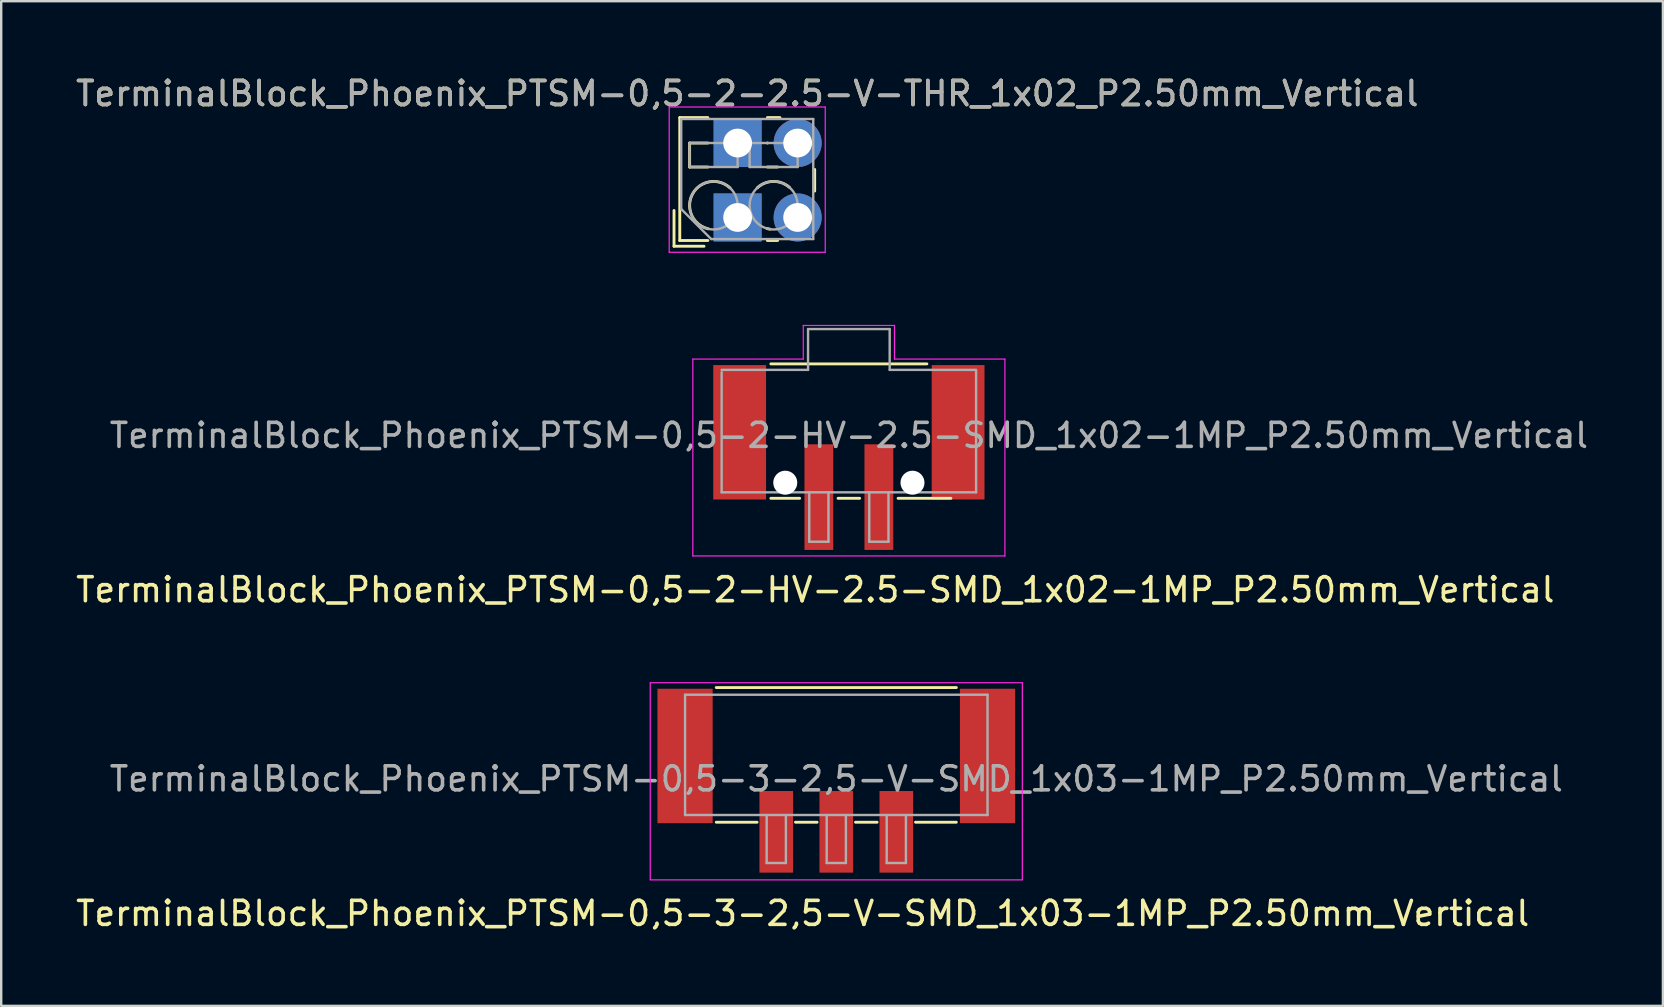
<source format=kicad_pcb>
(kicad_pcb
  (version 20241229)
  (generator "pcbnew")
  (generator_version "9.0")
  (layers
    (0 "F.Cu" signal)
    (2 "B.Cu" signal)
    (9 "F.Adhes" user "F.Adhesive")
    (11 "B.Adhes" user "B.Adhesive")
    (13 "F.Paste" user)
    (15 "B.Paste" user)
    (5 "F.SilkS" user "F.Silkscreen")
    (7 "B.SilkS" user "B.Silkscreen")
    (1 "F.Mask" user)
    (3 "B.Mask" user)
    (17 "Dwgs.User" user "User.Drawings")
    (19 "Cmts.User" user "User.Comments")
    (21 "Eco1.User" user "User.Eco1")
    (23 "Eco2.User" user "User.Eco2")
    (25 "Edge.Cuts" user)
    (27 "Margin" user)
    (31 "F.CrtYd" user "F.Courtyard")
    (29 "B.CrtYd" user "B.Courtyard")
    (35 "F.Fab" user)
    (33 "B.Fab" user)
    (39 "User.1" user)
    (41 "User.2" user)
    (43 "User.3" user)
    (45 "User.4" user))
  (footprint "TerminalBlock_Phoenix_PTSM-0,5-3-2,5-V-SMD_1x03-1MP_P2.50mm_Vertical"
    (layer "F.Cu")
    (at 31.787 29.471)
    (property "Reference" "TerminalBlock_Phoenix_PTSM-0,5-3-2,5-V-SMD_1x03-1MP_P2.50mm_Vertical" (at -1.4 5.53 0) (layer "F.SilkS") (effects (font (size 1 1) (thickness 0.15))))
    (attr smd)
    (fp_line (start -5 -3.88) (end 5 -3.88) (stroke (width 0.12) (type solid)) (layer "F.SilkS"))
    (fp_line (start -3.3 1.73) (end -5 1.73) (stroke (width 0.12) (type solid)) (layer "F.SilkS"))
    (fp_line (start -0.8 1.73) (end -1.7 1.73) (stroke (width 0.12) (type solid)) (layer "F.SilkS"))
    (fp_line (start 1.7 1.73) (end 0.8 1.73) (stroke (width 0.12) (type solid)) (layer "F.SilkS"))
    (fp_line (start 5 1.73) (end 3.3 1.73) (stroke (width 0.12) (type solid)) (layer "F.SilkS"))
    (fp_line (start -7.75 -4.08) (end 7.75 -4.08) (stroke (width 0.05) (type solid)) (layer "F.CrtYd"))
    (fp_line (start -7.75 4.13) (end -7.75 -4.08) (stroke (width 0.05) (type solid)) (layer "F.CrtYd"))
    (fp_line (start 7.75 -4.08) (end 7.75 4.13) (stroke (width 0.05) (type solid)) (layer "F.CrtYd"))
    (fp_line (start 7.75 4.13) (end -7.75 4.13) (stroke (width 0.05) (type solid)) (layer "F.CrtYd"))
    (fp_line (start -6.3 -3.58) (end 6.3 -3.58) (stroke (width 0.1) (type solid)) (layer "F.Fab"))
    (fp_line (start -6.3 1.43) (end -6.3 -3.58) (stroke (width 0.1) (type solid)) (layer "F.Fab"))
    (fp_line (start -2.9 1.43) (end -2.9 3.43) (stroke (width 0.1) (type solid)) (layer "F.Fab"))
    (fp_line (start -2.9 3.43) (end -2.1 3.43) (stroke (width 0.1) (type solid)) (layer "F.Fab"))
    (fp_line (start -2.1 1.43) (end -2.1 3.43) (stroke (width 0.1) (type solid)) (layer "F.Fab"))
    (fp_line (start -0.4 1.43) (end -0.4 3.43) (stroke (width 0.1) (type solid)) (layer "F.Fab"))
    (fp_line (start -0.4 3.43) (end 0.4 3.43) (stroke (width 0.1) (type solid)) (layer "F.Fab"))
    (fp_line (start 0.4 1.43) (end 0.4 3.43) (stroke (width 0.1) (type solid)) (layer "F.Fab"))
    (fp_line (start 2.1 1.43) (end 2.1 3.43) (stroke (width 0.1) (type solid)) (layer "F.Fab"))
    (fp_line (start 2.1 3.43) (end 2.9 3.43) (stroke (width 0.1) (type solid)) (layer "F.Fab"))
    (fp_line (start 2.9 1.43) (end 2.9 3.43) (stroke (width 0.1) (type solid)) (layer "F.Fab"))
    (fp_line (start 6.3 1.43) (end -6.3 1.43) (stroke (width 0.1) (type solid)) (layer "F.Fab"))
    (fp_line (start 6.3 1.43) (end 6.3 -3.58) (stroke (width 0.1) (type solid)) (layer "F.Fab"))
    (fp_text user "${REFERENCE}" (at 0 -0.075 0) (layer "F.Fab") (effects (font (size 1 1) (thickness 0.15))))
    (pad "1" smd rect (at -2.5 2.13 180) (size 1.4 3.4) (layers "F.Cu" "F.Mask" "F.Paste"))
    (pad "2" smd rect (at 0 2.13 180) (size 1.4 3.4) (layers "F.Cu" "F.Mask" "F.Paste"))
    (pad "3" smd rect (at 2.5 2.13 180) (size 1.4 3.4) (layers "F.Cu" "F.Mask" "F.Paste"))
    (pad "MP" smd rect (at -6.3 -1.03 180) (size 2.3 5.6) (layers "F.Cu" "F.Mask" "F.Paste"))
    (pad "MP" smd rect (at 6.3 -1.03 180) (size 2.3 5.6) (layers "F.Cu" "F.Mask" "F.Paste")))
  (footprint "TerminalBlock_Phoenix_PTSM-0,5-2-2.5-V-THR_1x02_P2.50mm_Vertical"
    (layer "F.Cu")
    (at 27.677 6.008)
    (property "Reference" "TerminalBlock_Phoenix_PTSM-0,5-2-2.5-V-THR_1x02_P2.50mm_Vertical" (at 0.4 -5.16 0) (layer "F.SilkS") (effects (font (size 1 1) (thickness 0.15))))
    (attr through_hole)
    (fp_line (start -2.65 -0.29) (end -2.65 1.2) (stroke (width 0.12) (type solid)) (layer "F.SilkS"))
    (fp_line (start -2.65 1.2) (end -1.4 1.2) (stroke (width 0.12) (type solid)) (layer "F.SilkS"))
    (fp_line (start -2.41 -4.16) (end -2.41 0.961) (stroke (width 0.12) (type solid)) (layer "F.SilkS"))
    (fp_line (start -2.41 -4.16) (end -1.24 -4.16) (stroke (width 0.12) (type solid)) (layer "F.SilkS"))
    (fp_line (start -2.41 0.961) (end -1.24 0.961) (stroke (width 0.12) (type solid)) (layer "F.SilkS"))
    (fp_line (start -2 -3.1) (end -2 -2.1) (stroke (width 0.12) (type solid)) (layer "F.SilkS"))
    (fp_line (start -2 -3.1) (end -1.24 -3.1) (stroke (width 0.12) (type solid)) (layer "F.SilkS"))
    (fp_line (start -2 -2.1) (end -1.24 -2.1) (stroke (width 0.12) (type solid)) (layer "F.SilkS"))
    (fp_line (start 1.24 -4.16) (end 1.763 -4.16) (stroke (width 0.12) (type solid)) (layer "F.SilkS"))
    (fp_line (start 1.24 -3.1) (end 1.245 -3.1) (stroke (width 0.12) (type solid)) (layer "F.SilkS"))
    (fp_line (start 1.24 -2.1) (end 1.665 -2.1) (stroke (width 0.12) (type solid)) (layer "F.SilkS"))
    (fp_line (start 1.24 0.961) (end 1.665 0.961) (stroke (width 0.12) (type solid)) (layer "F.SilkS"))
    (fp_line (start 3.21 -2) (end 3.21 -1.1) (stroke (width 0.12) (type solid)) (layer "F.SilkS"))
    (fp_arc (start -1.224629 0.474931) (mid -1.883573 -0.969306) (end -0.318 -1.232) (stroke (width 0.12) (type solid)) (layer "F.SilkS"))
    (fp_arc (start 0.817811 -1.23232) (mid 1.483053 -1.500693) (end 2.157 -1.255) (stroke (width 0.12) (type solid)) (layer "F.SilkS"))
    (fp_arc (start 1.344288 0.488343) (mid 1.284242 0.476994) (end 1.225 0.462) (stroke (width 0.12) (type solid)) (layer "F.SilkS"))
    (fp_line (start -2.85 -4.6) (end -2.85 1.45) (stroke (width 0.05) (type solid)) (layer "F.CrtYd"))
    (fp_line (start -2.85 1.45) (end 3.65 1.45) (stroke (width 0.05) (type solid)) (layer "F.CrtYd"))
    (fp_line (start 3.65 -4.6) (end -2.85 -4.6) (stroke (width 0.05) (type solid)) (layer "F.CrtYd"))
    (fp_line (start 3.65 1.45) (end 3.65 -4.6) (stroke (width 0.05) (type solid)) (layer "F.CrtYd"))
    (fp_line (start -2.35 -4.1) (end 3.15 -4.1) (stroke (width 0.1) (type solid)) (layer "F.Fab"))
    (fp_line (start -2.35 -0.35) (end -2.35 -4.1) (stroke (width 0.1) (type solid)) (layer "F.Fab"))
    (fp_line (start -2 -3.1) (end -2 -2.1) (stroke (width 0.1) (type solid)) (layer "F.Fab"))
    (fp_line (start -2 -2.1) (end 0 -2.1) (stroke (width 0.1) (type solid)) (layer "F.Fab"))
    (fp_line (start -1.1 0.9) (end -2.35 -0.35) (stroke (width 0.1) (type solid)) (layer "F.Fab"))
    (fp_line (start 0 -3.1) (end -2 -3.1) (stroke (width 0.1) (type solid)) (layer "F.Fab"))
    (fp_line (start 0 -2.1) (end 0 -3.1) (stroke (width 0.1) (type solid)) (layer "F.Fab"))
    (fp_line (start 0.5 -3.1) (end 0.5 -2.1) (stroke (width 0.1) (type solid)) (layer "F.Fab"))
    (fp_line (start 0.5 -2.1) (end 2.5 -2.1) (stroke (width 0.1) (type solid)) (layer "F.Fab"))
    (fp_line (start 2.5 -3.1) (end 0.5 -3.1) (stroke (width 0.1) (type solid)) (layer "F.Fab"))
    (fp_line (start 2.5 -2.1) (end 2.5 -3.1) (stroke (width 0.1) (type solid)) (layer "F.Fab"))
    (fp_line (start 3.15 -4.1) (end 3.15 0.9) (stroke (width 0.1) (type solid)) (layer "F.Fab"))
    (fp_line (start 3.15 0.9) (end -1.1 0.9) (stroke (width 0.1) (type solid)) (layer "F.Fab"))
    (fp_circle (center -1 -0.5) (end 0 -0.5) (stroke (width 0.1) (type solid)) (fill no) (layer "F.Fab"))
    (fp_circle (center 1.5 -0.5) (end 2.5 -0.5) (stroke (width 0.1) (type solid)) (fill no) (layer "F.Fab"))
    (fp_text user "${REFERENCE}" (at 0.4 -5.16 0) (layer "F.Fab") (effects (font (size 1 1) (thickness 0.15))))
    (pad "1" thru_hole rect (at 0 -3.1) (size 2 2) (drill 1.2) (layers "*.Cu" "*.Mask"))
    (pad "1" thru_hole rect (at 0 0) (size 2 2) (drill 1.2) (layers "*.Cu" "*.Mask"))
    (pad "2" thru_hole circle (at 2.5 -3.1) (size 2 2) (drill 1.2) (layers "*.Cu" "*.Mask"))
    (pad "2" thru_hole circle (at 2.5 0) (size 2 2) (drill 1.2) (layers "*.Cu" "*.Mask")))
  (footprint "TerminalBlock_Phoenix_PTSM-0,5-2-HV-2.5-SMD_1x02-1MP_P2.50mm_Vertical"
    (layer "F.Cu")
    (at 32.311 16.008)
    (property "Reference" "TerminalBlock_Phoenix_PTSM-0,5-2-HV-2.5-SMD_1x02-1MP_P2.50mm_Vertical" (at -1.4 5.51 0) (layer "F.SilkS") (effects (font (size 1 1) (thickness 0.15))))
    (attr smd)
    (fp_line (start -3.25 -3.9) (end 3.25 -3.9) (stroke (width 0.12) (type solid)) (layer "F.SilkS"))
    (fp_line (start -2.05 1.7) (end -3.25 1.7) (stroke (width 0.12) (type solid)) (layer "F.SilkS"))
    (fp_line (start 0.45 1.7) (end -0.45 1.7) (stroke (width 0.12) (type solid)) (layer "F.SilkS"))
    (fp_line (start 4.25 1.7) (end 2.05 1.7) (stroke (width 0.12) (type solid)) (layer "F.SilkS"))
    (fp_line (start -6.5 -4.1) (end -1.9 -4.1) (stroke (width 0.05) (type solid)) (layer "F.CrtYd"))
    (fp_line (start -6.5 4.1) (end -6.5 -4.1) (stroke (width 0.05) (type solid)) (layer "F.CrtYd"))
    (fp_line (start -1.9 -5.5) (end 1.9 -5.5) (stroke (width 0.05) (type solid)) (layer "F.CrtYd"))
    (fp_line (start -1.9 -4.1) (end -1.9 -5.5) (stroke (width 0.05) (type solid)) (layer "F.CrtYd"))
    (fp_line (start 1.9 -4.1) (end 1.9 -5.5) (stroke (width 0.05) (type solid)) (layer "F.CrtYd"))
    (fp_line (start 6.5 -4.1) (end 1.9 -4.1) (stroke (width 0.05) (type solid)) (layer "F.CrtYd"))
    (fp_line (start 6.5 -4.1) (end 6.5 4.1) (stroke (width 0.05) (type solid)) (layer "F.CrtYd"))
    (fp_line (start 6.5 4.1) (end -6.5 4.1) (stroke (width 0.05) (type solid)) (layer "F.CrtYd"))
    (fp_line (start -5.3 -3.65) (end -1.7 -3.65) (stroke (width 0.1) (type solid)) (layer "F.Fab"))
    (fp_line (start -5.3 1.45) (end -5.3 -3.55) (stroke (width 0.1) (type solid)) (layer "F.Fab"))
    (fp_line (start -1.7 -5.35) (end 1.7 -5.35) (stroke (width 0.1) (type solid)) (layer "F.Fab"))
    (fp_line (start -1.7 -3.65) (end -1.7 -5.35) (stroke (width 0.1) (type solid)) (layer "F.Fab"))
    (fp_line (start -1.65 1.45) (end -1.65 3.51) (stroke (width 0.1) (type solid)) (layer "F.Fab"))
    (fp_line (start -1.65 3.51) (end -0.85 3.51) (stroke (width 0.1) (type solid)) (layer "F.Fab"))
    (fp_line (start -0.85 1.45) (end -0.85 3.51) (stroke (width 0.1) (type solid)) (layer "F.Fab"))
    (fp_line (start 0.85 1.45) (end 0.85 3.51) (stroke (width 0.1) (type solid)) (layer "F.Fab"))
    (fp_line (start 0.85 3.51) (end 1.65 3.51) (stroke (width 0.1) (type solid)) (layer "F.Fab"))
    (fp_line (start 1.65 1.45) (end 1.65 3.51) (stroke (width 0.1) (type solid)) (layer "F.Fab"))
    (fp_line (start 1.7 -5.35) (end 1.7 -3.65) (stroke (width 0.1) (type solid)) (layer "F.Fab"))
    (fp_line (start 1.7 -3.65) (end 5.3 -3.65) (stroke (width 0.1) (type solid)) (layer "F.Fab"))
    (fp_line (start 5.3 1.45) (end -5.3 1.45) (stroke (width 0.1) (type solid)) (layer "F.Fab"))
    (fp_line (start 5.3 1.45) (end 5.3 -3.6) (stroke (width 0.1) (type solid)) (layer "F.Fab"))
    (fp_text user "${REFERENCE}" (at 0 -0.92 0) (layer "F.Fab") (effects (font (size 1 1) (thickness 0.15))))
    (pad "" np_thru_hole circle (at -2.65 1.05) (size 1 1) (drill 1) (layers "*.Cu" "*.Mask"))
    (pad "" np_thru_hole circle (at 2.65 1.05) (size 1 1) (drill 1) (layers "*.Cu" "*.Mask"))
    (pad "1" smd rect (at -1.25 1.65 180) (size 1.2 4.4) (layers "F.Cu" "F.Mask" "F.Paste"))
    (pad "2" smd rect (at 1.25 1.65 180) (size 1.2 4.4) (layers "F.Cu" "F.Mask" "F.Paste"))
    (pad "MP" smd rect (at -4.55 -1.05 180) (size 2.2 5.6) (layers "F.Cu" "F.Mask" "F.Paste"))
    (pad "MP" smd rect (at 4.55 -1.05 180) (size 2.2 5.6) (layers "F.Cu" "F.Mask" "F.Paste")))
  (gr_rect
    (start -3 -3)
    (end 66.221 38.85)
    (stroke (width 0.1) (type default))
    (fill no)
    (layer "Edge.Cuts")))
</source>
